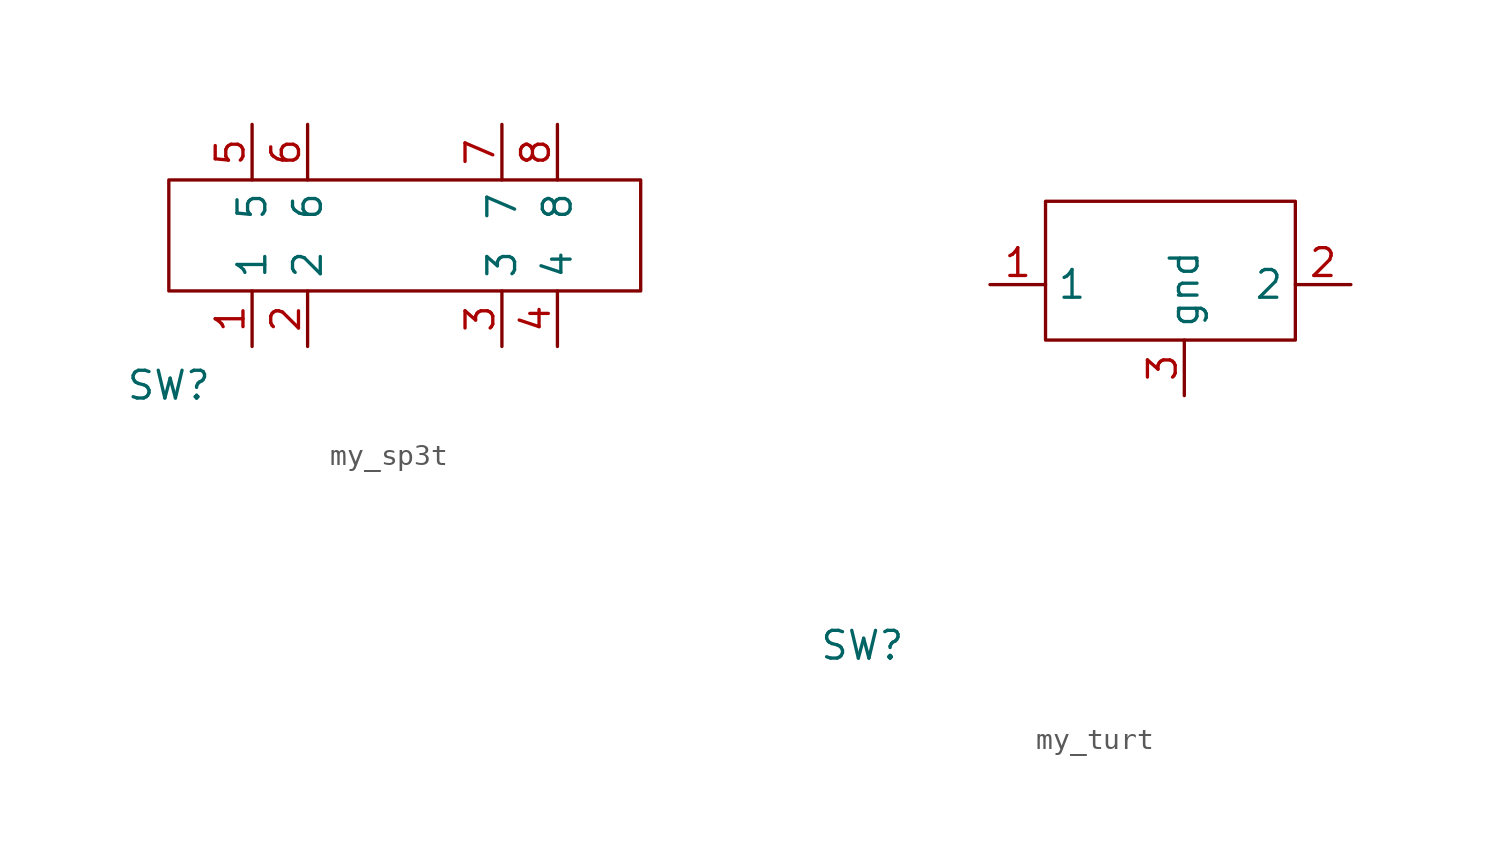
<source format=kicad_sym>
(kicad_symbol_lib
  (version 20241209)
  (generator "kicad_symbol_editor")
  (generator_version "9.0")
  (symbol "my_sp3t"
    (property "Reference" "SW"
      (at -10.16 -6.858 0)
      (effects (font (size 1.27 1.27))))
    (property "Value" ""
      (at 0 0 0)
      (effects (font (size 1.27 1.27))))
    (symbol "my_sp3t_0_1"
      (polyline (pts (xy -10.16 2.54) (xy 11.43 2.54) (xy 11.43 -2.54) (xy -10.16 -2.54) (xy -10.16 2.54)) (stroke (width 0) (type default)) (fill (type none))))
    (symbol "my_sp3t_1_1"
      (pin bidirectional line (at -6.35 5.08 270) (length 2.54) (name "5" (effects (font (size 1.27 1.27)))) (number "5" (effects (font (size 1.27 1.27)))))
      (pin bidirectional line (at -6.35 -5.08 90) (length 2.54) (name "1" (effects (font (size 1.27 1.27)))) (number "1" (effects (font (size 1.27 1.27)))))
      (pin bidirectional line (at -3.81 5.08 270) (length 2.54) (name "6" (effects (font (size 1.27 1.27)))) (number "6" (effects (font (size 1.27 1.27)))))
      (pin bidirectional line (at -3.81 -5.08 90) (length 2.54) (name "2" (effects (font (size 1.27 1.27)))) (number "2" (effects (font (size 1.27 1.27)))))
      (pin bidirectional line (at 5.08 5.08 270) (length 2.54) (name "7" (effects (font (size 1.27 1.27)))) (number "7" (effects (font (size 1.27 1.27)))))
      (pin bidirectional line (at 5.08 -5.08 90) (length 2.54) (name "3" (effects (font (size 1.27 1.27)))) (number "3" (effects (font (size 1.27 1.27)))))
      (pin bidirectional line (at 7.62 5.08 270) (length 2.54) (name "8" (effects (font (size 1.27 1.27)))) (number "8" (effects (font (size 1.27 1.27)))))
      (pin bidirectional line (at 7.62 -5.08 90) (length 2.54) (name "4" (effects (font (size 1.27 1.27)))) (number "4" (effects (font (size 1.27 1.27)))))))
  (symbol "my_turt"
    (property "Reference" "SW"
      (at -19.812 -22.86 0)
      (effects (font (size 1.27 1.27))))
    (property "Value" ""
      (at 0 0 0)
      (effects (font (size 1.27 1.27))))
    (symbol "my_turt_0_1"
      (polyline (pts (xy -11.43 -2.54) (xy 0 -2.54) (xy 0 -8.89) (xy -11.43 -8.89) (xy -11.43 -2.54)) (stroke (width 0) (type default)) (fill (type none))))
    (symbol "my_turt_1_1"
      (pin bidirectional line (at -13.97 -6.35 0) (length 2.54) (name "1" (effects (font (size 1.27 1.27)))) (number "1" (effects (font (size 1.27 1.27)))))
      (pin bidirectional line (at -5.08 -11.43 90) (length 2.54) (name "gnd" (effects (font (size 1.27 1.27)))) (number "3" (effects (font (size 1.27 1.27)))))
      (pin bidirectional line (at 2.54 -6.35 180) (length 2.54) (name "2" (effects (font (size 1.27 1.27)))) (number "2" (effects (font (size 1.27 1.27))))))))
</source>
